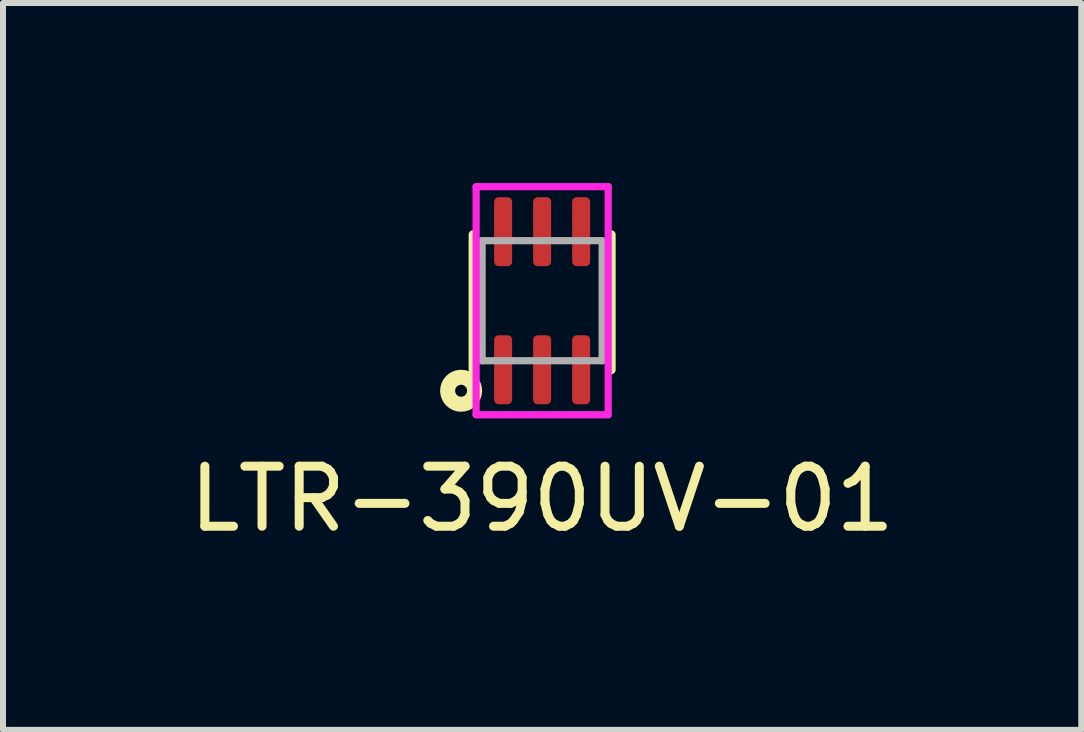
<source format=kicad_pcb>
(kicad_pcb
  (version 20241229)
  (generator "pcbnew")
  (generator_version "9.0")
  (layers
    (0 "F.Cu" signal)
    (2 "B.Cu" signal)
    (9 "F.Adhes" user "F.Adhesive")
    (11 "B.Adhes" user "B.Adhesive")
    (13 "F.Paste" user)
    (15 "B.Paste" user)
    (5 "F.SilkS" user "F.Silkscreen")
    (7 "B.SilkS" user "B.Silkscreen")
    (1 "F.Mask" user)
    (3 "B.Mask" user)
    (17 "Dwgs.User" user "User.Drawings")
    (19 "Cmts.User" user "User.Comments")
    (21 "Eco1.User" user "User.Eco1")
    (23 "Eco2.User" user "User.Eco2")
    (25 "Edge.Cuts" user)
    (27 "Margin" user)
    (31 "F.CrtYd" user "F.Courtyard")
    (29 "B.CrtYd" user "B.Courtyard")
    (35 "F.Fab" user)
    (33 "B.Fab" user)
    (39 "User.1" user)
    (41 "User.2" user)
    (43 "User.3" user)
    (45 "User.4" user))
  (footprint "LTR-390UV-01"
    (layer "F.Cu")
    (at 5.982 1.96)
    (property "Reference" "LTR-390UV-01" (at 0 3.302 0) (layer "F.SilkS") (effects (font (size 1 1) (thickness 0.15))))
    (attr through_hole)
    (fp_line (start -1.15 -1.1) (end -1.15 1.15) (stroke (width 0.15) (type solid)) (layer "F.SilkS"))
    (fp_line (start 1.15 -1.1) (end 1.15 1.15) (stroke (width 0.15) (type solid)) (layer "F.SilkS"))
    (fp_circle (center -1.35 1.5) (end -1.25 1.5) (stroke (width 0.25) (type solid)) (fill no) (layer "F.SilkS"))
    (fp_line (start -1.1 -1.9) (end -1.1 1.9) (stroke (width 0.12) (type solid)) (layer "F.CrtYd"))
    (fp_line (start -1.1 -1.9) (end 1.1 -1.9) (stroke (width 0.12) (type solid)) (layer "F.CrtYd"))
    (fp_line (start 1.1 -1.9) (end 1.1 1.9) (stroke (width 0.12) (type solid)) (layer "F.CrtYd"))
    (fp_line (start 1.1 1.9) (end -1.1 1.9) (stroke (width 0.12) (type solid)) (layer "F.CrtYd"))
    (fp_line (start -1 -1) (end -1 1) (stroke (width 0.12) (type solid)) (layer "F.Fab"))
    (fp_line (start -1 1) (end 1 1) (stroke (width 0.12) (type solid)) (layer "F.Fab"))
    (fp_line (start 1 -1) (end -1 -1) (stroke (width 0.12) (type solid)) (layer "F.Fab"))
    (fp_line (start 1 1) (end 1 -1) (stroke (width 0.12) (type solid)) (layer "F.Fab"))
    (pad "1" smd roundrect (at -0.65 0.9 180) (size 0.3 1.15) (drill (offset 0 -0.25)) (layers "F.Cu" "F.Mask" "F.Paste") (roundrect_rratio 0.25))
    (pad "2" smd roundrect (at 0 0.9 180) (size 0.3 1.15) (drill (offset 0 -0.25)) (layers "F.Cu" "F.Mask" "F.Paste") (roundrect_rratio 0.25))
    (pad "3" smd roundrect (at 0.65 0.9 180) (size 0.3 1.15) (drill (offset 0 -0.25)) (layers "F.Cu" "F.Mask" "F.Paste") (roundrect_rratio 0.25))
    (pad "4" smd roundrect (at 0.65 -0.9) (size 0.3 1.15) (drill (offset 0 -0.25)) (layers "F.Cu" "F.Mask" "F.Paste") (roundrect_rratio 0.25))
    (pad "5" smd roundrect (at 0 -0.9) (size 0.3 1.15) (drill (offset 0 -0.25)) (layers "F.Cu" "F.Mask" "F.Paste") (roundrect_rratio 0.25))
    (pad "6" smd roundrect (at -0.65 -0.9) (size 0.3 1.15) (drill (offset 0 -0.25)) (layers "F.Cu" "F.Mask" "F.Paste") (roundrect_rratio 0.25)))
  (gr_rect
    (start -3 -3)
    (end 14.964 9.11)
    (stroke (width 0.1) (type default))
    (fill no)
    (layer "Edge.Cuts")))
</source>
